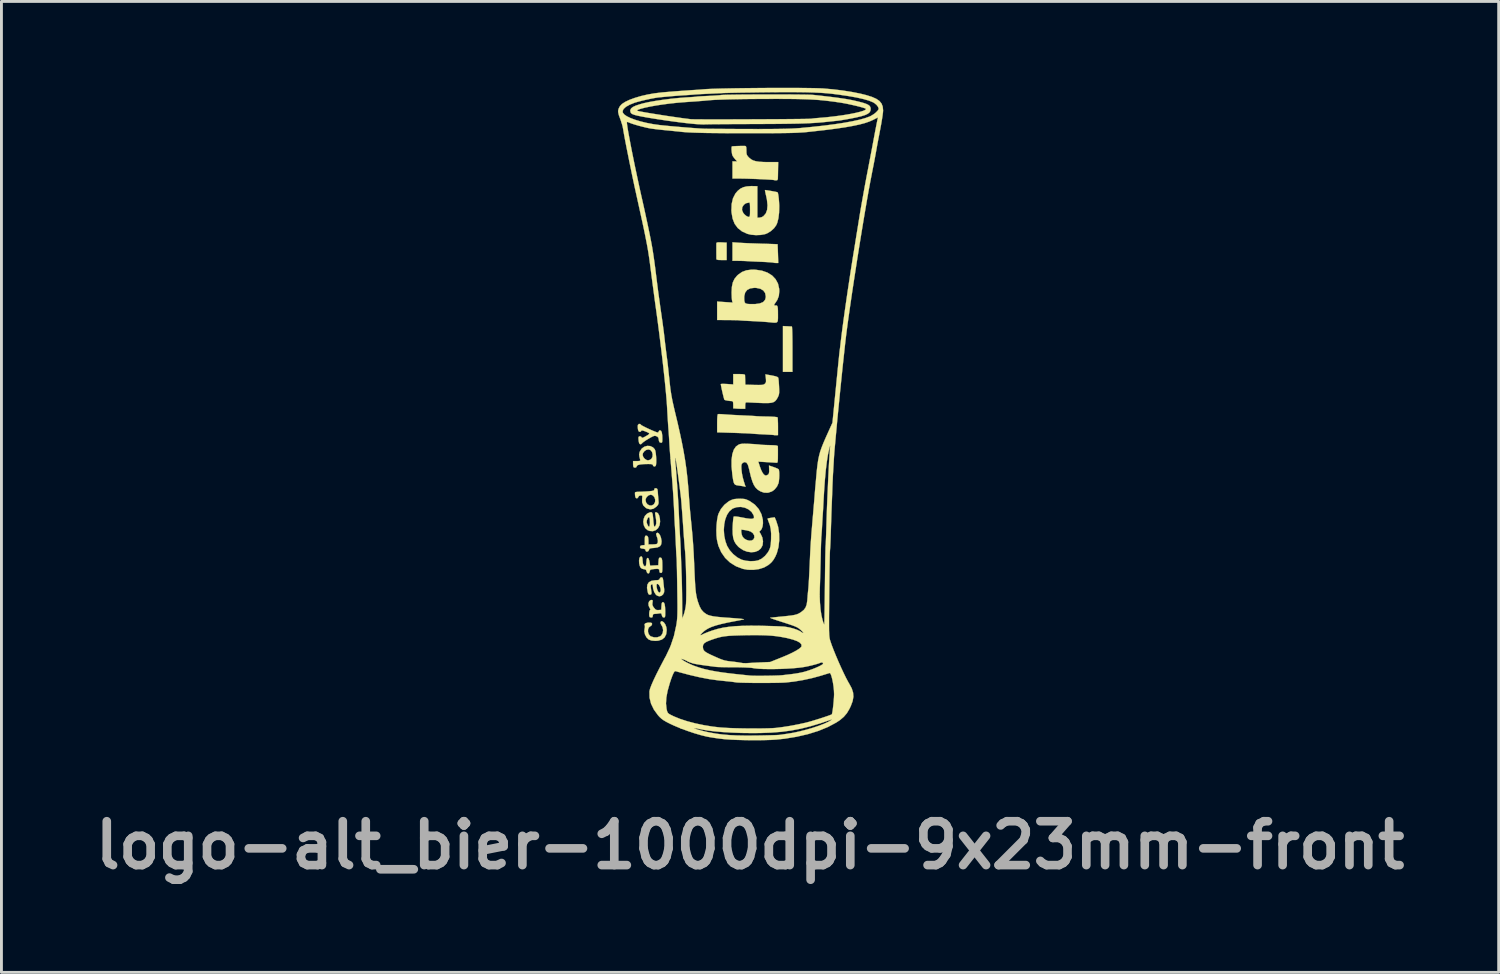
<source format=kicad_pcb>
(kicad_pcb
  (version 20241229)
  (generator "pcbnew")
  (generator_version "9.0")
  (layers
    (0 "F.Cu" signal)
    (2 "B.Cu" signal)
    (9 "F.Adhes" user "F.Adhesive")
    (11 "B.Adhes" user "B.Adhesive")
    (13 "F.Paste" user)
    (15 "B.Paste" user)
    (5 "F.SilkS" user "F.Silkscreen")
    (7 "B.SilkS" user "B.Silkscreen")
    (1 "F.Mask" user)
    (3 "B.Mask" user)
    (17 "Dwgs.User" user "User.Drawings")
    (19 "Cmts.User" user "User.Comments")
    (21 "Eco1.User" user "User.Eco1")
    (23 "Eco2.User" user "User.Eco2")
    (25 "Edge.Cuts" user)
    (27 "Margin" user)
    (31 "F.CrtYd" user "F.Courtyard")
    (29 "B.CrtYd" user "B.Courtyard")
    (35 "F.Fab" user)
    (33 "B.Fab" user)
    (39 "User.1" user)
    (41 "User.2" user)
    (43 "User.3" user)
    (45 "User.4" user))
  (footprint "logo-alt_bier-1000dpi-9x23mm-front"
    (layer "F.Cu")
    (at 23.012 11.32)
    (property "Reference" "logo-alt_bier-1000dpi-9x23mm-front" (at 0 15 0) (layer "F.Fab") (effects (font (size 1.524 1.524) (thickness 0.3))))
    (attr through_hole)
    (fp_poly (pts (xy 1.289 -3.033) (xy 1.372 -3.029) (xy 1.433 -3.026) (xy 1.454 -3.025) (xy 1.459 -3) (xy 1.463 -2.93) (xy 1.467 -2.822) (xy 1.47 -2.682) (xy 1.472 -2.515) (xy 1.473 -2.328) (xy 1.473 -2.235) (xy 1.473 -1.448) (xy 1.143 -1.448) (xy 1.143 -3.04) (xy 1.289 -3.033)) (stroke (width 0.01) (type solid)) (fill yes) (layer "F.SilkS"))
    (fp_poly (pts (xy -0.991 -5.948) (xy -0.813 -5.939) (xy -0.813 -5.334) (xy -0.991 -5.334) (xy -1.094 -5.337) (xy -1.152 -5.348) (xy -1.169 -5.366) (xy -1.17 -5.417) (xy -1.17 -5.5) (xy -1.171 -5.603) (xy -1.171 -5.71) (xy -1.171 -5.807) (xy -1.171 -5.882) (xy -1.17 -5.918) (xy -1.16 -5.938) (xy -1.125 -5.948) (xy -1.056 -5.95) (xy -0.991 -5.948)) (stroke (width 0.01) (type solid)) (fill yes) (layer "F.SilkS"))
    (fp_poly (pts (xy -0.375 -5.934) (xy -0.276 -5.929) (xy -0.138 -5.922) (xy 0.026 -5.915) (xy 0.204 -5.909) (xy 0.384 -5.903) (xy 0.406 -5.902) (xy 0.567 -5.898) (xy 0.709 -5.893) (xy 0.826 -5.889) (xy 0.909 -5.886) (xy 0.952 -5.884) (xy 0.956 -5.883) (xy 0.958 -5.858) (xy 0.961 -5.792) (xy 0.965 -5.694) (xy 0.969 -5.575) (xy 0.97 -5.556) (xy 0.98 -5.232) (xy 0.901 -5.232) (xy 0.842 -5.236) (xy 0.81 -5.244) (xy 0.809 -5.244) (xy 0.781 -5.249) (xy 0.711 -5.255) (xy 0.609 -5.262) (xy 0.484 -5.269) (xy 0.418 -5.272) (xy 0.272 -5.278) (xy 0.133 -5.284) (xy 0.015 -5.29) (xy -0.071 -5.295) (xy -0.089 -5.296) (xy -0.18 -5.301) (xy -0.297 -5.305) (xy -0.413 -5.307) (xy -0.61 -5.309) (xy -0.61 -5.951) (xy -0.375 -5.934)) (stroke (width 0.01) (type solid)) (fill yes) (layer "F.SilkS"))
    (fp_poly (pts (xy -3.055 7.218) (xy -2.998 7.253) (xy -2.947 7.323) (xy -2.91 7.417) (xy -2.896 7.518) (xy -2.896 7.523) (xy -2.914 7.668) (xy -2.97 7.778) (xy -3.063 7.853) (xy -3.192 7.892) (xy -3.289 7.899) (xy -3.419 7.888) (xy -3.514 7.855) (xy -3.521 7.851) (xy -3.597 7.779) (xy -3.65 7.678) (xy -3.674 7.569) (xy -3.665 7.482) (xy -3.653 7.415) (xy -3.658 7.366) (xy -3.659 7.363) (xy -3.666 7.318) (xy -3.629 7.284) (xy -3.554 7.266) (xy -3.515 7.264) (xy -3.445 7.268) (xy -3.412 7.282) (xy -3.404 7.314) (xy -3.404 7.316) (xy -3.427 7.366) (xy -3.465 7.391) (xy -3.519 7.435) (xy -3.545 7.506) (xy -3.545 7.589) (xy -3.519 7.669) (xy -3.467 7.73) (xy -3.446 7.743) (xy -3.337 7.776) (xy -3.225 7.775) (xy -3.126 7.741) (xy -3.085 7.71) (xy -3.036 7.628) (xy -3.02 7.527) (xy -3.039 7.424) (xy -3.076 7.356) (xy -3.109 7.294) (xy -3.111 7.244) (xy -3.082 7.218) (xy -3.055 7.218)) (stroke (width 0.01) (type solid)) (fill yes) (layer "F.SilkS"))
    (fp_poly (pts (xy -3.168 4.169) (xy -3.128 4.229) (xy -3.096 4.312) (xy -3.078 4.41) (xy -3.075 4.449) (xy -3.087 4.544) (xy -3.129 4.61) (xy -3.208 4.649) (xy -3.329 4.668) (xy -3.335 4.669) (xy -3.426 4.676) (xy -3.478 4.688) (xy -3.502 4.707) (xy -3.51 4.734) (xy -3.533 4.777) (xy -3.573 4.798) (xy -3.612 4.793) (xy -3.632 4.759) (xy -3.632 4.753) (xy -3.643 4.718) (xy -3.684 4.7) (xy -3.727 4.694) (xy -3.792 4.683) (xy -3.819 4.659) (xy -3.823 4.636) (xy -3.809 4.597) (xy -3.762 4.579) (xy -3.74 4.577) (xy -3.658 4.569) (xy -3.658 4.405) (xy -3.656 4.316) (xy -3.648 4.267) (xy -3.632 4.246) (xy -3.61 4.242) (xy -3.567 4.255) (xy -3.542 4.3) (xy -3.532 4.385) (xy -3.531 4.434) (xy -3.531 4.547) (xy -3.406 4.547) (xy -3.324 4.544) (xy -3.259 4.536) (xy -3.241 4.531) (xy -3.209 4.494) (xy -3.202 4.424) (xy -3.218 4.333) (xy -3.239 4.275) (xy -3.262 4.2) (xy -3.253 4.158) (xy -3.251 4.155) (xy -3.211 4.141) (xy -3.168 4.169)) (stroke (width 0.01) (type solid)) (fill yes) (layer "F.SilkS"))
    (fp_poly (pts (xy -3.403 3.446) (xy -3.383 3.503) (xy -3.371 3.601) (xy -3.364 3.683) (xy -3.355 3.79) (xy -3.343 3.874) (xy -3.332 3.926) (xy -3.325 3.937) (xy -3.298 3.917) (xy -3.275 3.882) (xy -3.259 3.819) (xy -3.261 3.717) (xy -3.28 3.574) (xy -3.292 3.509) (xy -3.3 3.453) (xy -3.287 3.432) (xy -3.249 3.433) (xy -3.199 3.465) (xy -3.16 3.538) (xy -3.134 3.646) (xy -3.126 3.754) (xy -3.144 3.881) (xy -3.197 3.982) (xy -3.278 4.053) (xy -3.377 4.087) (xy -3.488 4.079) (xy -3.562 4.05) (xy -3.642 3.98) (xy -3.69 3.883) (xy -3.709 3.772) (xy -3.705 3.737) (xy -3.593 3.737) (xy -3.59 3.792) (xy -3.57 3.848) (xy -3.535 3.916) (xy -3.508 3.934) (xy -3.49 3.902) (xy -3.481 3.822) (xy -3.48 3.773) (xy -3.485 3.668) (xy -3.5 3.609) (xy -3.522 3.596) (xy -3.552 3.632) (xy -3.57 3.668) (xy -3.593 3.737) (xy -3.705 3.737) (xy -3.696 3.66) (xy -3.654 3.558) (xy -3.581 3.482) (xy -3.557 3.468) (xy -3.485 3.434) (xy -3.435 3.425) (xy -3.403 3.446)) (stroke (width 0.01) (type solid)) (fill yes) (layer "F.SilkS"))
    (fp_poly (pts (xy -3.39 6.484) (xy -3.382 6.514) (xy -3.39 6.568) (xy -3.395 6.637) (xy -3.374 6.697) (xy -3.339 6.747) (xy -3.289 6.804) (xy -3.243 6.827) (xy -3.179 6.828) (xy -3.086 6.82) (xy -3.078 6.687) (xy -3.071 6.607) (xy -3.056 6.566) (xy -3.03 6.553) (xy -3.025 6.553) (xy -2.991 6.571) (xy -2.968 6.627) (xy -2.953 6.724) (xy -2.947 6.868) (xy -2.947 6.915) (xy -2.948 7.006) (xy -2.954 7.058) (xy -2.969 7.081) (xy -2.996 7.087) (xy -2.998 7.087) (xy -3.04 7.07) (xy -3.064 7.013) (xy -3.065 7.008) (xy -3.081 6.954) (xy -3.111 6.939) (xy -3.156 6.944) (xy -3.24 6.956) (xy -3.305 6.96) (xy -3.358 6.967) (xy -3.377 6.999) (xy -3.378 7.023) (xy -3.391 7.074) (xy -3.425 7.087) (xy -3.473 7.078) (xy -3.488 7.07) (xy -3.502 7.032) (xy -3.505 6.968) (xy -3.501 6.9) (xy -3.489 6.846) (xy -3.475 6.827) (xy -3.462 6.805) (xy -3.486 6.758) (xy -3.488 6.756) (xy -3.525 6.674) (xy -3.53 6.593) (xy -3.507 6.526) (xy -3.459 6.484) (xy -3.421 6.477) (xy -3.39 6.484)) (stroke (width 0.01) (type solid)) (fill yes) (layer "F.SilkS"))
    (fp_poly (pts (xy -1.005 0.02) (xy -0.91 0.027) (xy -0.884 0.029) (xy -0.784 0.036) (xy -0.649 0.045) (xy -0.493 0.053) (xy -0.332 0.061) (xy -0.27 0.064) (xy -0.125 0.071) (xy 0.008 0.077) (xy 0.117 0.083) (xy 0.192 0.088) (xy 0.216 0.091) (xy 0.27 0.094) (xy 0.363 0.098) (xy 0.48 0.102) (xy 0.611 0.104) (xy 0.617 0.104) (xy 0.74 0.108) (xy 0.844 0.114) (xy 0.919 0.122) (xy 0.955 0.131) (xy 0.956 0.133) (xy 0.962 0.166) (xy 0.966 0.239) (xy 0.97 0.341) (xy 0.971 0.453) (xy 0.971 0.749) (xy 0.905 0.752) (xy 0.853 0.751) (xy 0.832 0.747) (xy 0.805 0.743) (xy 0.737 0.738) (xy 0.637 0.732) (xy 0.514 0.725) (xy 0.469 0.723) (xy 0.335 0.716) (xy 0.214 0.709) (xy 0.119 0.703) (xy 0.06 0.698) (xy 0.052 0.697) (xy 0.009 0.693) (xy -0.077 0.689) (xy -0.196 0.683) (xy -0.342 0.678) (xy -0.505 0.672) (xy -0.577 0.67) (xy -1.143 0.652) (xy -1.143 0.341) (xy -1.141 0.192) (xy -1.134 0.088) (xy -1.123 0.031) (xy -1.115 0.02) (xy -1.078 0.018) (xy -1.005 0.02)) (stroke (width 0.01) (type solid)) (fill yes) (layer "F.SilkS"))
    (fp_poly (pts (xy -0.181 -9.299) (xy -0.171 -9.298) (xy -0.146 -9.289) (xy -0.133 -9.258) (xy -0.128 -9.193) (xy -0.127 -9.141) (xy -0.125 -9.052) (xy -0.112 -8.993) (xy -0.082 -8.944) (xy -0.032 -8.89) (xy 0.034 -8.836) (xy 0.11 -8.795) (xy 0.205 -8.767) (xy 0.328 -8.749) (xy 0.486 -8.74) (xy 0.655 -8.738) (xy 0.978 -8.738) (xy 0.973 -8.477) (xy 0.971 -8.361) (xy 0.969 -8.259) (xy 0.967 -8.186) (xy 0.967 -8.16) (xy 0.952 -8.114) (xy 0.906 -8.103) (xy 0.856 -8.107) (xy 0.836 -8.113) (xy 0.808 -8.118) (xy 0.737 -8.124) (xy 0.632 -8.131) (xy 0.501 -8.138) (xy 0.353 -8.145) (xy 0.197 -8.152) (xy 0.04 -8.157) (xy -0.11 -8.162) (xy -0.243 -8.165) (xy -0.349 -8.166) (xy -0.61 -8.166) (xy -0.61 -8.763) (xy -0.448 -8.763) (xy -0.513 -8.833) (xy -0.566 -8.897) (xy -0.607 -8.959) (xy -0.609 -8.963) (xy -0.625 -9.015) (xy -0.636 -9.09) (xy -0.643 -9.172) (xy -0.642 -9.242) (xy -0.634 -9.281) (xy -0.632 -9.282) (xy -0.605 -9.287) (xy -0.54 -9.291) (xy -0.451 -9.295) (xy -0.353 -9.298) (xy -0.258 -9.299) (xy -0.181 -9.299)) (stroke (width 0.01) (type solid)) (fill yes) (layer "F.SilkS"))
    (fp_poly (pts (xy -3.05 5.697) (xy -3.032 5.725) (xy -3.02 5.785) (xy -3.013 5.848) (xy -3.002 5.953) (xy -2.99 6.055) (xy -2.983 6.109) (xy -2.986 6.208) (xy -3.023 6.285) (xy -3.082 6.334) (xy -3.155 6.35) (xy -3.231 6.325) (xy -3.273 6.291) (xy -3.331 6.2) (xy -3.368 6.083) (xy -3.378 5.989) (xy -3.382 5.959) (xy -3.25 5.959) (xy -3.245 6.03) (xy -3.245 6.032) (xy -3.226 6.119) (xy -3.197 6.183) (xy -3.163 6.217) (xy -3.131 6.216) (xy -3.108 6.175) (xy -3.104 6.154) (xy -3.108 6.089) (xy -3.131 6.017) (xy -3.166 5.955) (xy -3.204 5.921) (xy -3.215 5.918) (xy -3.241 5.926) (xy -3.25 5.959) (xy -3.382 5.959) (xy -3.385 5.941) (xy -3.41 5.933) (xy -3.419 5.936) (xy -3.444 5.956) (xy -3.451 6) (xy -3.445 6.068) (xy -3.434 6.151) (xy -3.425 6.219) (xy -3.423 6.236) (xy -3.434 6.28) (xy -3.472 6.294) (xy -3.511 6.29) (xy -3.538 6.256) (xy -3.554 6.206) (xy -3.58 6.059) (xy -3.568 5.945) (xy -3.516 5.863) (xy -3.424 5.812) (xy -3.292 5.792) (xy -3.263 5.791) (xy -3.191 5.786) (xy -3.155 5.767) (xy -3.142 5.74) (xy -3.11 5.698) (xy -3.079 5.69) (xy -3.05 5.697)) (stroke (width 0.01) (type solid)) (fill yes) (layer "F.SilkS"))
    (fp_poly (pts (xy -3.757 4.974) (xy -3.738 5.031) (xy -3.734 5.096) (xy -3.724 5.203) (xy -3.697 5.276) (xy -3.655 5.308) (xy -3.645 5.309) (xy -3.622 5.292) (xy -3.608 5.236) (xy -3.602 5.163) (xy -3.593 5.075) (xy -3.579 5.029) (xy -3.556 5.016) (xy -3.527 5.038) (xy -3.504 5.106) (xy -3.495 5.151) (xy -3.472 5.286) (xy -3.33 5.278) (xy -3.188 5.271) (xy -3.18 5.137) (xy -3.172 5.057) (xy -3.158 5.017) (xy -3.132 5.004) (xy -3.126 5.004) (xy -3.092 5.011) (xy -3.07 5.037) (xy -3.056 5.091) (xy -3.05 5.18) (xy -3.048 5.311) (xy -3.049 5.419) (xy -3.053 5.486) (xy -3.062 5.521) (xy -3.079 5.535) (xy -3.099 5.537) (xy -3.139 5.522) (xy -3.15 5.475) (xy -3.154 5.428) (xy -3.175 5.403) (xy -3.224 5.395) (xy -3.309 5.4) (xy -3.334 5.402) (xy -3.416 5.413) (xy -3.46 5.428) (xy -3.479 5.453) (xy -3.485 5.483) (xy -3.506 5.542) (xy -3.542 5.558) (xy -3.577 5.531) (xy -3.594 5.488) (xy -3.615 5.432) (xy -3.654 5.412) (xy -3.681 5.41) (xy -3.751 5.392) (xy -3.798 5.359) (xy -3.831 5.295) (xy -3.852 5.205) (xy -3.857 5.109) (xy -3.845 5.027) (xy -3.829 4.994) (xy -3.788 4.96) (xy -3.757 4.974)) (stroke (width 0.01) (type solid)) (fill yes) (layer "F.SilkS"))
    (fp_poly (pts (xy -3.47 1.129) (xy -3.375 1.173) (xy -3.311 1.241) (xy -3.291 1.295) (xy -3.276 1.382) (xy -3.265 1.488) (xy -3.259 1.599) (xy -3.26 1.701) (xy -3.267 1.78) (xy -3.281 1.821) (xy -3.321 1.84) (xy -3.362 1.824) (xy -3.378 1.788) (xy -3.392 1.768) (xy -3.44 1.756) (xy -3.529 1.753) (xy -3.54 1.753) (xy -3.71 1.757) (xy -3.831 1.77) (xy -3.906 1.793) (xy -3.936 1.825) (xy -3.937 1.832) (xy -3.957 1.868) (xy -4.001 1.881) (xy -4.046 1.864) (xy -4.047 1.863) (xy -4.058 1.828) (xy -4.064 1.765) (xy -4.064 1.748) (xy -4.064 1.651) (xy -3.934 1.651) (xy -3.858 1.649) (xy -3.822 1.641) (xy -3.815 1.619) (xy -3.82 1.594) (xy -3.846 1.49) (xy -3.851 1.435) (xy -3.734 1.435) (xy -3.712 1.508) (xy -3.657 1.575) (xy -3.586 1.618) (xy -3.544 1.626) (xy -3.478 1.608) (xy -3.429 1.575) (xy -3.39 1.503) (xy -3.384 1.414) (xy -3.409 1.329) (xy -3.464 1.265) (xy -3.465 1.264) (xy -3.533 1.246) (xy -3.608 1.264) (xy -3.675 1.311) (xy -3.722 1.378) (xy -3.734 1.435) (xy -3.851 1.435) (xy -3.852 1.415) (xy -3.84 1.349) (xy -3.826 1.313) (xy -3.763 1.217) (xy -3.675 1.153) (xy -3.573 1.123) (xy -3.47 1.129)) (stroke (width 0.01) (type solid)) (fill yes) (layer "F.SilkS"))
    (fp_poly (pts (xy -3.235 2.607) (xy -3.216 2.639) (xy -3.207 2.705) (xy -3.205 2.731) (xy -3.198 2.833) (xy -3.188 2.95) (xy -3.184 3.004) (xy -3.178 3.088) (xy -3.185 3.143) (xy -3.21 3.187) (xy -3.259 3.239) (xy -3.359 3.308) (xy -3.468 3.328) (xy -3.582 3.299) (xy -3.623 3.275) (xy -3.708 3.194) (xy -3.75 3.085) (xy -3.75 3.004) (xy -3.632 3.004) (xy -3.613 3.09) (xy -3.562 3.155) (xy -3.494 3.192) (xy -3.418 3.195) (xy -3.349 3.158) (xy -3.339 3.148) (xy -3.3 3.075) (xy -3.296 2.991) (xy -3.321 2.911) (xy -3.37 2.85) (xy -3.439 2.82) (xy -3.454 2.819) (xy -3.527 2.842) (xy -3.59 2.898) (xy -3.628 2.971) (xy -3.632 3.004) (xy -3.75 3.004) (xy -3.75 2.958) (xy -3.743 2.889) (xy -3.749 2.856) (xy -3.776 2.845) (xy -3.8 2.845) (xy -3.859 2.862) (xy -3.879 2.896) (xy -3.909 2.937) (xy -3.937 2.946) (xy -3.971 2.93) (xy -3.99 2.876) (xy -3.994 2.851) (xy -3.999 2.784) (xy -3.997 2.741) (xy -3.995 2.737) (xy -3.966 2.726) (xy -3.902 2.719) (xy -3.85 2.718) (xy -3.755 2.715) (xy -3.635 2.709) (xy -3.522 2.701) (xy -3.422 2.691) (xy -3.364 2.68) (xy -3.335 2.664) (xy -3.327 2.64) (xy -3.327 2.636) (xy -3.314 2.599) (xy -3.27 2.595) (xy -3.235 2.607)) (stroke (width 0.01) (type solid)) (fill yes) (layer "F.SilkS"))
    (fp_poly (pts (xy -3.817 0.364) (xy -3.792 0.39) (xy -3.763 0.412) (xy -3.698 0.447) (xy -3.61 0.491) (xy -3.508 0.539) (xy -3.405 0.585) (xy -3.312 0.624) (xy -3.24 0.651) (xy -3.202 0.66) (xy -3.178 0.64) (xy -3.175 0.622) (xy -3.154 0.591) (xy -3.127 0.584) (xy -3.09 0.603) (xy -3.065 0.661) (xy -3.051 0.763) (xy -3.048 0.881) (xy -3.05 0.96) (xy -3.058 1.001) (xy -3.078 1.013) (xy -3.105 1.011) (xy -3.146 0.995) (xy -3.165 0.95) (xy -3.17 0.911) (xy -3.184 0.842) (xy -3.221 0.802) (xy -3.252 0.787) (xy -3.29 0.775) (xy -3.328 0.775) (xy -3.376 0.792) (xy -3.447 0.828) (xy -3.532 0.877) (xy -3.624 0.933) (xy -3.697 0.984) (xy -3.743 1.021) (xy -3.751 1.032) (xy -3.785 1.062) (xy -3.809 1.067) (xy -3.84 1.053) (xy -3.86 1.005) (xy -3.87 0.95) (xy -3.877 0.875) (xy -3.875 0.822) (xy -3.872 0.81) (xy -3.834 0.788) (xy -3.79 0.799) (xy -3.769 0.825) (xy -3.753 0.843) (xy -3.72 0.838) (xy -3.658 0.808) (xy -3.636 0.795) (xy -3.551 0.746) (xy -3.508 0.712) (xy -3.504 0.687) (xy -3.539 0.663) (xy -3.595 0.637) (xy -3.696 0.598) (xy -3.758 0.586) (xy -3.784 0.602) (xy -3.785 0.61) (xy -3.806 0.631) (xy -3.832 0.635) (xy -3.867 0.621) (xy -3.889 0.571) (xy -3.896 0.535) (xy -3.902 0.461) (xy -3.898 0.403) (xy -3.896 0.396) (xy -3.862 0.36) (xy -3.817 0.364)) (stroke (width 0.01) (type solid)) (fill yes) (layer "F.SilkS"))
    (fp_poly (pts (xy -0.269 -1.369) (xy -0.202 -1.36) (xy -0.176 -1.343) (xy -0.175 -1.34) (xy -0.173 -1.299) (xy -0.171 -1.225) (xy -0.169 -1.156) (xy -0.165 -1.003) (xy 0.148 -0.995) (xy 0.283 -0.993) (xy 0.376 -0.994) (xy 0.439 -0.999) (xy 0.479 -1.011) (xy 0.508 -1.029) (xy 0.513 -1.033) (xy 0.543 -1.068) (xy 0.555 -1.114) (xy 0.553 -1.186) (xy 0.55 -1.221) (xy 0.535 -1.362) (xy 0.749 -1.324) (xy 0.874 -1.298) (xy 0.95 -1.272) (xy 0.979 -1.247) (xy 0.987 -1.206) (xy 0.996 -1.126) (xy 1.003 -1.022) (xy 1.008 -0.94) (xy 1.012 -0.816) (xy 1.012 -0.73) (xy 1.004 -0.667) (xy 0.987 -0.614) (xy 0.961 -0.559) (xy 0.918 -0.486) (xy 0.871 -0.432) (xy 0.812 -0.395) (xy 0.733 -0.374) (xy 0.626 -0.364) (xy 0.482 -0.364) (xy 0.343 -0.369) (xy 0.204 -0.375) (xy 0.079 -0.381) (xy -0.022 -0.386) (xy -0.087 -0.389) (xy -0.102 -0.39) (xy -0.141 -0.388) (xy -0.16 -0.366) (xy -0.167 -0.312) (xy -0.168 -0.279) (xy -0.17 -0.165) (xy -0.269 -0.165) (xy -0.363 -0.167) (xy -0.464 -0.172) (xy -0.476 -0.173) (xy -0.584 -0.181) (xy -0.584 -0.306) (xy -0.588 -0.383) (xy -0.6 -0.421) (xy -0.627 -0.433) (xy -0.629 -0.433) (xy -0.703 -0.438) (xy -0.783 -0.449) (xy -0.851 -0.463) (xy -0.889 -0.477) (xy -0.891 -0.479) (xy -0.901 -0.508) (xy -0.919 -0.573) (xy -0.941 -0.663) (xy -0.965 -0.765) (xy -0.987 -0.864) (xy -1.004 -0.95) (xy -1.015 -1.008) (xy -1.016 -1.023) (xy -0.993 -1.03) (xy -0.93 -1.032) (xy -0.841 -1.029) (xy -0.8 -1.027) (xy -0.584 -1.011) (xy -0.584 -1.372) (xy -0.381 -1.372) (xy -0.269 -1.369)) (stroke (width 0.01) (type solid)) (fill yes) (layer "F.SilkS"))
    (fp_poly (pts (xy 0.171 -7.902) (xy 0.254 -7.899) (xy 0.254 -6.807) (xy 0.327 -6.807) (xy 0.4 -6.823) (xy 0.463 -6.857) (xy 0.546 -6.951) (xy 0.593 -7.077) (xy 0.607 -7.237) (xy 0.587 -7.432) (xy 0.561 -7.556) (xy 0.539 -7.65) (xy 0.524 -7.723) (xy 0.518 -7.762) (xy 0.518 -7.766) (xy 0.544 -7.764) (xy 0.606 -7.756) (xy 0.689 -7.742) (xy 0.78 -7.726) (xy 0.864 -7.71) (xy 0.927 -7.697) (xy 0.956 -7.688) (xy 0.956 -7.688) (xy 0.971 -7.651) (xy 0.985 -7.573) (xy 0.998 -7.468) (xy 1.008 -7.346) (xy 1.014 -7.219) (xy 1.014 -7.203) (xy 1.009 -6.984) (xy 0.986 -6.79) (xy 0.946 -6.629) (xy 0.913 -6.551) (xy 0.834 -6.44) (xy 0.722 -6.339) (xy 0.594 -6.262) (xy 0.524 -6.235) (xy 0.375 -6.207) (xy 0.206 -6.2) (xy 0.039 -6.214) (xy -0.094 -6.245) (xy -0.28 -6.33) (xy -0.426 -6.446) (xy -0.535 -6.593) (xy -0.606 -6.774) (xy -0.643 -6.99) (xy -0.646 -7.049) (xy -0.646 -7.072) (xy -0.279 -7.072) (xy -0.239 -6.975) (xy -0.193 -6.919) (xy -0.131 -6.867) (xy -0.073 -6.837) (xy -0.053 -6.833) (xy -0.029 -6.836) (xy -0.014 -6.851) (xy -0.005 -6.887) (xy -0.001 -6.953) (xy -0.000019 -7.059) (xy 0 -7.089) (xy -0.001 -7.206) (xy -0.005 -7.28) (xy -0.012 -7.32) (xy -0.025 -7.333) (xy -0.04 -7.331) (xy -0.098 -7.317) (xy -0.118 -7.315) (xy -0.16 -7.298) (xy -0.212 -7.257) (xy -0.217 -7.253) (xy -0.272 -7.167) (xy -0.279 -7.072) (xy -0.646 -7.072) (xy -0.639 -7.281) (xy -0.593 -7.479) (xy -0.509 -7.644) (xy -0.428 -7.739) (xy -0.336 -7.814) (xy -0.234 -7.864) (xy -0.113 -7.893) (xy 0.039 -7.904) (xy 0.171 -7.902)) (stroke (width 0.01) (type solid)) (fill yes) (layer "F.SilkS"))
    (fp_poly (pts (xy 0.188 -4.998) (xy 0.411 -4.965) (xy 0.604 -4.898) (xy 0.764 -4.799) (xy 0.887 -4.67) (xy 0.971 -4.515) (xy 1.012 -4.335) (xy 1.016 -4.254) (xy 1.001 -4.092) (xy 0.95 -3.954) (xy 0.885 -3.854) (xy 0.843 -3.794) (xy 0.839 -3.762) (xy 0.874 -3.754) (xy 0.906 -3.757) (xy 0.934 -3.752) (xy 0.952 -3.725) (xy 0.964 -3.668) (xy 0.969 -3.575) (xy 0.97 -3.439) (xy 0.97 -3.432) (xy 0.97 -3.313) (xy 0.965 -3.232) (xy 0.948 -3.184) (xy 0.911 -3.161) (xy 0.844 -3.157) (xy 0.74 -3.166) (xy 0.648 -3.176) (xy 0.547 -3.184) (xy 0.411 -3.194) (xy 0.256 -3.203) (xy 0.098 -3.212) (xy 0.051 -3.214) (xy -0.088 -3.221) (xy -0.21 -3.227) (xy -0.306 -3.233) (xy -0.367 -3.238) (xy -0.381 -3.24) (xy -0.419 -3.243) (xy -0.498 -3.245) (xy -0.607 -3.247) (xy -0.735 -3.249) (xy -0.781 -3.249) (xy -1.143 -3.251) (xy -1.143 -3.892) (xy -0.605 -3.856) (xy -0.622 -3.912) (xy -0.63 -3.962) (xy -0.635 -4.034) (xy -0.203 -4.034) (xy -0.2 -3.927) (xy -0.185 -3.862) (xy -0.152 -3.826) (xy -0.09 -3.81) (xy -0.016 -3.805) (xy 0.183 -3.805) (xy 0.336 -3.826) (xy 0.444 -3.869) (xy 0.48 -3.898) (xy 0.527 -3.961) (xy 0.545 -4.038) (xy 0.546 -4.075) (xy 0.524 -4.189) (xy 0.46 -4.277) (xy 0.357 -4.337) (xy 0.218 -4.366) (xy 0.152 -4.369) (xy 0.009 -4.351) (xy -0.098 -4.297) (xy -0.168 -4.209) (xy -0.2 -4.087) (xy -0.203 -4.034) (xy -0.635 -4.034) (xy -0.636 -4.047) (xy -0.64 -4.155) (xy -0.641 -4.214) (xy -0.631 -4.403) (xy -0.599 -4.555) (xy -0.54 -4.681) (xy -0.451 -4.79) (xy -0.411 -4.827) (xy -0.279 -4.92) (xy -0.128 -4.977) (xy 0.05 -5) (xy 0.188 -4.998)) (stroke (width 0.01) (type solid)) (fill yes) (layer "F.SilkS"))
    (fp_poly (pts (xy -0.073 1.05) (xy 0.023 1.055) (xy 0.146 1.062) (xy 0.249 1.07) (xy 0.323 1.076) (xy 0.357 1.081) (xy 0.358 1.081) (xy 0.387 1.085) (xy 0.457 1.089) (xy 0.557 1.093) (xy 0.669 1.096) (xy 0.798 1.1) (xy 0.885 1.105) (xy 0.936 1.114) (xy 0.961 1.127) (xy 0.967 1.142) (xy 0.967 1.183) (xy 0.968 1.262) (xy 0.968 1.366) (xy 0.968 1.448) (xy 0.967 1.567) (xy 0.963 1.644) (xy 0.956 1.688) (xy 0.943 1.707) (xy 0.923 1.71) (xy 0.923 1.71) (xy 0.88 1.707) (xy 0.799 1.701) (xy 0.692 1.695) (xy 0.582 1.688) (xy 0.286 1.67) (xy 0.347 1.857) (xy 0.385 1.957) (xy 0.428 2.045) (xy 0.467 2.103) (xy 0.47 2.106) (xy 0.518 2.147) (xy 0.558 2.152) (xy 0.596 2.139) (xy 0.635 2.114) (xy 0.656 2.077) (xy 0.665 2.015) (xy 0.663 1.915) (xy 0.663 1.9) (xy 0.658 1.806) (xy 0.818 1.859) (xy 0.903 1.891) (xy 0.967 1.92) (xy 0.997 1.941) (xy 1.008 1.985) (xy 1.014 2.064) (xy 1.015 2.163) (xy 1.01 2.267) (xy 1.001 2.36) (xy 0.989 2.419) (xy 0.937 2.534) (xy 0.853 2.637) (xy 0.761 2.705) (xy 0.624 2.752) (xy 0.486 2.748) (xy 0.362 2.704) (xy 0.272 2.649) (xy 0.197 2.578) (xy 0.135 2.485) (xy 0.082 2.362) (xy 0.032 2.202) (xy -0.012 2.019) (xy -0.036 1.919) (xy -0.06 1.83) (xy -0.079 1.772) (xy -0.125 1.707) (xy -0.185 1.685) (xy -0.25 1.711) (xy -0.259 1.719) (xy -0.285 1.748) (xy -0.299 1.786) (xy -0.303 1.846) (xy -0.299 1.94) (xy -0.297 1.956) (xy -0.282 2.08) (xy -0.254 2.22) (xy -0.22 2.345) (xy -0.156 2.545) (xy -0.212 2.531) (xy -0.268 2.52) (xy -0.352 2.507) (xy -0.402 2.5) (xy -0.467 2.49) (xy -0.513 2.473) (xy -0.546 2.442) (xy -0.569 2.389) (xy -0.588 2.305) (xy -0.607 2.183) (xy -0.616 2.115) (xy -0.642 1.842) (xy -0.642 1.607) (xy -0.616 1.412) (xy -0.565 1.257) (xy -0.489 1.145) (xy -0.389 1.076) (xy -0.338 1.059) (xy -0.275 1.05) (xy -0.191 1.047) (xy -0.073 1.05)) (stroke (width 0.01) (type solid)) (fill yes) (layer "F.SilkS"))
    (fp_poly (pts (xy -0.259 2.962) (xy -0.18 2.971) (xy -0.11 2.994) (xy -0.027 3.034) (xy -0.004 3.046) (xy 0.168 3.167) (xy 0.303 3.32) (xy 0.397 3.501) (xy 0.445 3.696) (xy 0.449 3.811) (xy 0.435 3.92) (xy 0.404 4.01) (xy 0.361 4.066) (xy 0.358 4.068) (xy 0.331 4.09) (xy 0.329 4.115) (xy 0.355 4.16) (xy 0.37 4.184) (xy 0.426 4.304) (xy 0.45 4.438) (xy 0.437 4.567) (xy 0.432 4.583) (xy 0.373 4.689) (xy 0.282 4.764) (xy 0.167 4.808) (xy 0.036 4.819) (xy -0.104 4.798) (xy -0.242 4.744) (xy -0.372 4.657) (xy -0.41 4.624) (xy -0.49 4.533) (xy -0.548 4.435) (xy -0.585 4.319) (xy -0.603 4.178) (xy -0.604 4.113) (xy -0.305 4.113) (xy -0.292 4.195) (xy -0.265 4.27) (xy -0.208 4.34) (xy -0.126 4.389) (xy -0.035 4.415) (xy 0.051 4.412) (xy 0.112 4.38) (xy 0.15 4.312) (xy 0.145 4.234) (xy 0.102 4.16) (xy 0.029 4.104) (xy -0.04 4.078) (xy -0.131 4.056) (xy -0.174 4.049) (xy -0.305 4.032) (xy -0.305 4.113) (xy -0.604 4.113) (xy -0.606 4.001) (xy -0.603 3.903) (xy -0.595 3.783) (xy -0.586 3.682) (xy -0.576 3.61) (xy -0.567 3.579) (xy -0.534 3.575) (xy -0.462 3.58) (xy -0.362 3.595) (xy -0.291 3.609) (xy -0.127 3.64) (xy -0.006 3.656) (xy 0.075 3.657) (xy 0.122 3.641) (xy 0.139 3.608) (xy 0.131 3.557) (xy 0.123 3.533) (xy 0.055 3.42) (xy -0.049 3.332) (xy -0.176 3.272) (xy -0.317 3.244) (xy -0.461 3.252) (xy -0.597 3.297) (xy -0.609 3.304) (xy -0.715 3.391) (xy -0.799 3.516) (xy -0.861 3.672) (xy -0.898 3.85) (xy -0.911 4.042) (xy -0.898 4.239) (xy -0.857 4.435) (xy -0.797 4.6) (xy -0.709 4.746) (xy -0.586 4.884) (xy -0.443 4.999) (xy -0.294 5.077) (xy -0.292 5.078) (xy -0.145 5.115) (xy 0.021 5.13) (xy 0.183 5.122) (xy 0.283 5.101) (xy 0.404 5.043) (xy 0.521 4.946) (xy 0.619 4.825) (xy 0.653 4.766) (xy 0.685 4.696) (xy 0.706 4.626) (xy 0.72 4.541) (xy 0.728 4.427) (xy 0.731 4.363) (xy 0.733 4.171) (xy 0.72 4.013) (xy 0.688 3.873) (xy 0.643 3.753) (xy 0.62 3.691) (xy 0.611 3.653) (xy 0.612 3.648) (xy 0.641 3.639) (xy 0.703 3.627) (xy 0.739 3.622) (xy 0.856 3.605) (xy 0.908 3.726) (xy 0.975 3.936) (xy 1.01 4.167) (xy 1.014 4.405) (xy 0.988 4.637) (xy 0.931 4.85) (xy 0.877 4.973) (xy 0.813 5.083) (xy 0.748 5.165) (xy 0.662 5.242) (xy 0.629 5.267) (xy 0.485 5.349) (xy 0.31 5.404) (xy 0.117 5.43) (xy -0.08 5.427) (xy -0.247 5.397) (xy -0.484 5.308) (xy -0.691 5.18) (xy -0.865 5.015) (xy -1.002 4.818) (xy -1.101 4.592) (xy -1.149 4.391) (xy -1.166 4.233) (xy -1.171 4.055) (xy -1.163 3.871) (xy -1.145 3.698) (xy -1.117 3.551) (xy -1.094 3.476) (xy -1.01 3.314) (xy -0.89 3.169) (xy -0.748 3.056) (xy -0.702 3.029) (xy -0.621 2.992) (xy -0.543 2.971) (xy -0.447 2.962) (xy -0.368 2.96) (xy -0.259 2.962)) (stroke (width 0.01) (type solid)) (fill yes) (layer "F.SilkS"))
    (fp_poly (pts (xy 1.05 -11.088) (xy 1.288 -11.087) (xy 1.511 -11.086) (xy 1.712 -11.084) (xy 1.887 -11.082) (xy 2.03 -11.079) (xy 2.135 -11.076) (xy 2.197 -11.072) (xy 2.55 -11.033) (xy 2.855 -10.997) (xy 3.113 -10.963) (xy 3.327 -10.931) (xy 3.498 -10.9) (xy 3.581 -10.883) (xy 3.774 -10.838) (xy 3.922 -10.799) (xy 4.031 -10.763) (xy 4.107 -10.727) (xy 4.155 -10.69) (xy 4.181 -10.647) (xy 4.191 -10.597) (xy 4.191 -10.579) (xy 4.181 -10.516) (xy 4.149 -10.462) (xy 4.088 -10.415) (xy 3.995 -10.372) (xy 3.864 -10.331) (xy 3.691 -10.29) (xy 3.564 -10.264) (xy 3.417 -10.236) (xy 3.275 -10.211) (xy 3.149 -10.19) (xy 3.056 -10.177) (xy 3.035 -10.175) (xy 2.938 -10.165) (xy 2.813 -10.152) (xy 2.682 -10.138) (xy 2.642 -10.134) (xy 2.506 -10.12) (xy 2.367 -10.108) (xy 2.218 -10.098) (xy 2.056 -10.089) (xy 1.876 -10.082) (xy 1.673 -10.076) (xy 1.443 -10.072) (xy 1.181 -10.068) (xy 0.882 -10.065) (xy 0.543 -10.063) (xy 0.158 -10.061) (xy 0.091 -10.061) (xy -0.19 -10.06) (xy -0.458 -10.059) (xy -0.707 -10.058) (xy -0.932 -10.057) (xy -1.13 -10.055) (xy -1.296 -10.054) (xy -1.426 -10.052) (xy -1.514 -10.05) (xy -1.557 -10.049) (xy -1.56 -10.048) (xy -1.606 -10.046) (xy -1.69 -10.049) (xy -1.799 -10.054) (xy -1.892 -10.06) (xy -2.054 -10.075) (xy -2.245 -10.096) (xy -2.458 -10.122) (xy -2.685 -10.152) (xy -2.917 -10.184) (xy -3.148 -10.219) (xy -3.369 -10.253) (xy -3.572 -10.287) (xy -3.749 -10.319) (xy -3.893 -10.348) (xy -3.995 -10.373) (xy -4.007 -10.376) (xy -4.089 -10.406) (xy -4.134 -10.437) (xy -4.156 -10.48) (xy -4.156 -10.482) (xy -4.159 -10.53) (xy -3.928 -10.53) (xy -3.896 -10.515) (xy -3.851 -10.503) (xy -3.762 -10.486) (xy -3.637 -10.463) (xy -3.483 -10.437) (xy -3.309 -10.409) (xy -3.12 -10.379) (xy -2.924 -10.348) (xy -2.729 -10.319) (xy -2.541 -10.292) (xy -2.368 -10.267) (xy -2.217 -10.247) (xy -2.096 -10.232) (xy -2.045 -10.227) (xy -1.999 -10.225) (xy -1.908 -10.224) (xy -1.776 -10.223) (xy -1.609 -10.222) (xy -1.411 -10.221) (xy -1.186 -10.221) (xy -0.94 -10.221) (xy -0.677 -10.222) (xy -0.402 -10.223) (xy -0.12 -10.224) (xy 0.165 -10.225) (xy 0.448 -10.226) (xy 0.723 -10.228) (xy 0.988 -10.229) (xy 1.236 -10.231) (xy 1.462 -10.233) (xy 1.663 -10.235) (xy 1.834 -10.237) (xy 1.969 -10.239) (xy 2.065 -10.241) (xy 2.115 -10.244) (xy 2.121 -10.244) (xy 2.183 -10.253) (xy 2.277 -10.263) (xy 2.384 -10.272) (xy 2.4 -10.273) (xy 2.642 -10.294) (xy 2.879 -10.32) (xy 3.106 -10.349) (xy 3.319 -10.381) (xy 3.513 -10.415) (xy 3.683 -10.45) (xy 3.825 -10.485) (xy 3.932 -10.518) (xy 4.002 -10.55) (xy 4.028 -10.578) (xy 4.022 -10.593) (xy 3.986 -10.61) (xy 3.91 -10.634) (xy 3.802 -10.664) (xy 3.674 -10.696) (xy 3.534 -10.728) (xy 3.391 -10.759) (xy 3.256 -10.785) (xy 3.138 -10.805) (xy 3.137 -10.805) (xy 2.933 -10.835) (xy 2.745 -10.859) (xy 2.567 -10.879) (xy 2.391 -10.896) (xy 2.211 -10.908) (xy 2.018 -10.918) (xy 1.806 -10.925) (xy 1.568 -10.93) (xy 1.296 -10.933) (xy 0.983 -10.934) (xy 0.838 -10.934) (xy 0.475 -10.933) (xy 0.128 -10.931) (xy -0.198 -10.928) (xy -0.5 -10.923) (xy -0.772 -10.917) (xy -1.01 -10.909) (xy -1.211 -10.901) (xy -1.368 -10.891) (xy -1.46 -10.883) (xy -1.535 -10.876) (xy -1.63 -10.867) (xy -1.751 -10.858) (xy -1.904 -10.846) (xy -2.097 -10.833) (xy -2.286 -10.82) (xy -2.527 -10.8) (xy -2.774 -10.774) (xy -3.018 -10.742) (xy -3.251 -10.707) (xy -3.464 -10.669) (xy -3.649 -10.63) (xy -3.798 -10.591) (xy -3.874 -10.565) (xy -3.923 -10.544) (xy -3.928 -10.53) (xy -4.159 -10.53) (xy -4.16 -10.547) (xy -4.132 -10.603) (xy -4.069 -10.653) (xy -3.967 -10.701) (xy -3.821 -10.749) (xy -3.696 -10.783) (xy -3.509 -10.824) (xy -3.283 -10.864) (xy -3.03 -10.902) (xy -2.763 -10.936) (xy -2.493 -10.964) (xy -2.233 -10.984) (xy -2.172 -10.988) (xy -2.053 -10.995) (xy -1.953 -11.002) (xy -1.883 -11.008) (xy -1.854 -11.012) (xy -1.854 -11.012) (xy -1.825 -11.016) (xy -1.755 -11.021) (xy -1.652 -11.027) (xy -1.526 -11.033) (xy -1.46 -11.036) (xy -1.321 -11.043) (xy -1.196 -11.051) (xy -1.095 -11.058) (xy -1.03 -11.064) (xy -1.016 -11.067) (xy -0.972 -11.071) (xy -0.882 -11.074) (xy -0.752 -11.078) (xy -0.589 -11.08) (xy -0.396 -11.083) (xy -0.181 -11.085) (xy 0.052 -11.086) (xy 0.297 -11.088) (xy 0.549 -11.088) (xy 0.802 -11.088) (xy 1.05 -11.088)) (stroke (width 0.01) (type solid)) (fill yes) (layer "F.SilkS"))
    (fp_poly (pts (xy 1.548 -11.314) (xy 1.805 -11.313) (xy 2.037 -11.31) (xy 2.237 -11.307) (xy 2.402 -11.302) (xy 2.525 -11.297) (xy 2.54 -11.296) (xy 2.881 -11.266) (xy 3.219 -11.225) (xy 3.542 -11.174) (xy 3.837 -11.115) (xy 4.041 -11.064) (xy 4.238 -11.002) (xy 4.388 -10.935) (xy 4.498 -10.859) (xy 4.57 -10.769) (xy 4.61 -10.662) (xy 4.623 -10.533) (xy 4.623 -10.531) (xy 4.618 -10.463) (xy 4.604 -10.355) (xy 4.583 -10.218) (xy 4.557 -10.062) (xy 4.526 -9.897) (xy 4.522 -9.876) (xy 4.489 -9.701) (xy 4.455 -9.525) (xy 4.424 -9.361) (xy 4.399 -9.221) (xy 4.381 -9.119) (xy 4.381 -9.119) (xy 4.363 -9.02) (xy 4.338 -8.884) (xy 4.307 -8.721) (xy 4.272 -8.542) (xy 4.236 -8.36) (xy 4.226 -8.306) (xy 4.178 -8.059) (xy 4.124 -7.768) (xy 4.066 -7.44) (xy 4.004 -7.079) (xy 3.939 -6.693) (xy 3.872 -6.287) (xy 3.804 -5.869) (xy 3.736 -5.443) (xy 3.67 -5.017) (xy 3.605 -4.596) (xy 3.543 -4.186) (xy 3.486 -3.795) (xy 3.433 -3.427) (xy 3.386 -3.089) (xy 3.347 -2.788) (xy 3.341 -2.743) (xy 3.323 -2.594) (xy 3.301 -2.402) (xy 3.276 -2.172) (xy 3.248 -1.911) (xy 3.217 -1.627) (xy 3.186 -1.326) (xy 3.154 -1.014) (xy 3.122 -0.698) (xy 3.091 -0.385) (xy 3.061 -0.082) (xy 3.033 0.205) (xy 3.009 0.468) (xy 2.998 0.584) (xy 2.982 0.758) (xy 2.967 0.922) (xy 2.954 1.067) (xy 2.943 1.184) (xy 2.936 1.264) (xy 2.934 1.283) (xy 2.927 1.367) (xy 2.919 1.482) (xy 2.911 1.607) (xy 2.909 1.651) (xy 2.901 1.786) (xy 2.892 1.93) (xy 2.885 2.057) (xy 2.883 2.083) (xy 2.878 2.18) (xy 2.872 2.312) (xy 2.865 2.463) (xy 2.859 2.618) (xy 2.858 2.654) (xy 2.852 2.823) (xy 2.845 3.005) (xy 2.838 3.182) (xy 2.832 3.33) (xy 2.832 3.34) (xy 2.827 3.467) (xy 2.822 3.629) (xy 2.816 3.813) (xy 2.81 4.001) (xy 2.805 4.153) (xy 2.8 4.315) (xy 2.794 4.464) (xy 2.788 4.593) (xy 2.782 4.69) (xy 2.778 4.747) (xy 2.777 4.75) (xy 2.775 4.791) (xy 2.772 4.879) (xy 2.769 5.007) (xy 2.766 5.171) (xy 2.762 5.367) (xy 2.759 5.59) (xy 2.756 5.833) (xy 2.753 6.094) (xy 2.751 6.287) (xy 2.748 6.595) (xy 2.746 6.857) (xy 2.744 7.076) (xy 2.744 7.258) (xy 2.744 7.407) (xy 2.745 7.526) (xy 2.748 7.621) (xy 2.751 7.695) (xy 2.757 7.754) (xy 2.763 7.8) (xy 2.771 7.839) (xy 2.781 7.876) (xy 2.788 7.899) (xy 2.837 8.043) (xy 2.904 8.218) (xy 2.983 8.412) (xy 3.07 8.616) (xy 3.161 8.82) (xy 3.251 9.013) (xy 3.335 9.185) (xy 3.41 9.326) (xy 3.448 9.391) (xy 3.533 9.549) (xy 3.58 9.695) (xy 3.591 9.838) (xy 3.565 9.989) (xy 3.502 10.159) (xy 3.453 10.262) (xy 3.364 10.412) (xy 3.257 10.538) (xy 3.121 10.653) (xy 2.992 10.738) (xy 2.705 10.891) (xy 2.376 11.026) (xy 2.012 11.139) (xy 1.618 11.23) (xy 1.201 11.298) (xy 0.914 11.328) (xy 0.74 11.339) (xy 0.527 11.346) (xy 0.289 11.35) (xy 0.036 11.35) (xy -0.218 11.346) (xy -0.462 11.339) (xy -0.682 11.329) (xy -0.868 11.316) (xy -0.902 11.313) (xy -1.059 11.295) (xy -1.229 11.271) (xy -1.39 11.245) (xy -1.496 11.226) (xy -1.701 11.176) (xy -1.934 11.108) (xy -2.18 11.025) (xy -2.423 10.934) (xy -2.433 10.93) (xy -1.947 10.93) (xy -1.931 10.942) (xy -1.875 10.962) (xy -1.789 10.988) (xy -1.684 11.017) (xy -1.569 11.046) (xy -1.454 11.072) (xy -1.384 11.086) (xy -1.169 11.124) (xy -0.95 11.152) (xy -0.717 11.172) (xy -0.462 11.185) (xy -0.176 11.19) (xy 0.149 11.189) (xy 0.229 11.188) (xy 0.419 11.185) (xy 0.596 11.181) (xy 0.753 11.177) (xy 0.882 11.173) (xy 0.975 11.169) (xy 1.026 11.165) (xy 1.029 11.165) (xy 1.091 11.156) (xy 1.184 11.142) (xy 1.291 11.127) (xy 1.308 11.124) (xy 1.512 11.09) (xy 1.732 11.042) (xy 1.957 10.984) (xy 2.177 10.92) (xy 2.384 10.851) (xy 2.567 10.781) (xy 2.716 10.713) (xy 2.795 10.668) (xy 2.837 10.638) (xy 2.843 10.627) (xy 2.832 10.63) (xy 2.45 10.76) (xy 2.096 10.866) (xy 1.76 10.95) (xy 1.43 11.013) (xy 1.093 11.058) (xy 0.738 11.086) (xy 0.354 11.1) (xy 0.064 11.102) (xy -0.288 11.098) (xy -0.623 11.086) (xy -0.936 11.068) (xy -1.22 11.044) (xy -1.467 11.014) (xy -1.673 10.979) (xy -1.705 10.972) (xy -1.807 10.951) (xy -1.888 10.936) (xy -1.938 10.929) (xy -1.947 10.93) (xy -2.433 10.93) (xy -2.648 10.84) (xy -2.781 10.778) (xy -2.91 10.712) (xy -3.005 10.656) (xy -3.079 10.602) (xy -3.146 10.54) (xy -3.198 10.482) (xy -3.341 10.286) (xy -3.44 10.081) (xy -3.441 10.077) (xy -2.921 10.077) (xy -2.902 10.258) (xy -2.892 10.304) (xy -2.876 10.36) (xy -2.855 10.4) (xy -2.818 10.434) (xy -2.756 10.469) (xy -2.658 10.517) (xy -2.657 10.518) (xy -2.44 10.607) (xy -2.184 10.691) (xy -1.899 10.766) (xy -1.596 10.829) (xy -1.287 10.879) (xy -1.039 10.907) (xy -0.882 10.918) (xy -0.692 10.928) (xy -0.476 10.935) (xy -0.246 10.94) (xy -0.01 10.943) (xy 0.222 10.943) (xy 0.44 10.941) (xy 0.635 10.937) (xy 0.798 10.93) (xy 0.909 10.922) (xy 1.149 10.891) (xy 1.415 10.849) (xy 1.684 10.797) (xy 1.936 10.742) (xy 1.982 10.73) (xy 2.071 10.706) (xy 2.184 10.673) (xy 2.311 10.634) (xy 2.443 10.593) (xy 2.57 10.551) (xy 2.683 10.513) (xy 2.772 10.481) (xy 2.828 10.459) (xy 2.841 10.452) (xy 2.852 10.418) (xy 2.866 10.345) (xy 2.88 10.243) (xy 2.894 10.124) (xy 2.906 9.999) (xy 2.915 9.879) (xy 2.92 9.776) (xy 2.92 9.741) (xy 2.915 9.619) (xy 2.902 9.488) (xy 2.882 9.357) (xy 2.858 9.236) (xy 2.831 9.132) (xy 2.804 9.056) (xy 2.778 9.017) (xy 2.767 9.015) (xy 2.729 9.026) (xy 2.654 9.049) (xy 2.553 9.08) (xy 2.453 9.111) (xy 2.159 9.191) (xy 1.842 9.26) (xy 1.524 9.313) (xy 1.245 9.344) (xy 1.147 9.35) (xy 1.013 9.354) (xy 0.853 9.357) (xy 0.673 9.359) (xy 0.481 9.36) (xy 0.287 9.36) (xy 0.097 9.359) (xy -0.08 9.356) (xy -0.237 9.353) (xy -0.365 9.349) (xy -0.456 9.344) (xy -0.495 9.339) (xy -0.567 9.328) (xy -0.66 9.316) (xy -0.699 9.312) (xy -0.778 9.304) (xy -0.891 9.292) (xy -1.019 9.279) (xy -1.105 9.27) (xy -1.405 9.229) (xy -1.743 9.165) (xy -2.113 9.079) (xy -2.509 8.973) (xy -2.592 8.949) (xy -2.621 8.96) (xy -2.655 9.01) (xy -2.697 9.102) (xy -2.747 9.238) (xy -2.791 9.373) (xy -2.866 9.64) (xy -2.909 9.872) (xy -2.921 10.077) (xy -3.441 10.077) (xy -3.492 9.872) (xy -3.496 9.664) (xy -3.494 9.643) (xy -3.473 9.557) (xy -3.425 9.43) (xy -3.353 9.265) (xy -3.257 9.064) (xy -3.139 8.831) (xy -3 8.566) (xy -2.976 8.522) (xy -2.388 8.522) (xy -2.366 8.549) (xy -2.307 8.59) (xy -2.22 8.639) (xy -2.116 8.691) (xy -2.005 8.741) (xy -1.93 8.77) (xy -1.761 8.828) (xy -1.58 8.88) (xy -1.381 8.925) (xy -1.158 8.966) (xy -0.903 9.004) (xy -0.609 9.04) (xy -0.343 9.069) (xy -0.224 9.081) (xy -0.121 9.092) (xy -0.045 9.1) (xy -0.013 9.104) (xy 0.047 9.108) (xy 0.147 9.111) (xy 0.277 9.112) (xy 0.426 9.112) (xy 0.584 9.11) (xy 0.74 9.108) (xy 0.884 9.104) (xy 1.005 9.1) (xy 1.093 9.094) (xy 1.118 9.092) (xy 1.237 9.078) (xy 1.364 9.063) (xy 1.435 9.055) (xy 1.542 9.041) (xy 1.669 9.02) (xy 1.776 9) (xy 1.889 8.973) (xy 2.015 8.934) (xy 2.146 8.889) (xy 2.271 8.84) (xy 2.382 8.791) (xy 2.47 8.746) (xy 2.525 8.709) (xy 2.54 8.688) (xy 2.521 8.653) (xy 2.474 8.648) (xy 2.443 8.659) (xy 2.383 8.683) (xy 2.286 8.712) (xy 2.166 8.744) (xy 2.035 8.775) (xy 1.907 8.801) (xy 1.841 8.812) (xy 1.687 8.832) (xy 1.503 8.849) (xy 1.299 8.862) (xy 1.084 8.872) (xy 0.868 8.877) (xy 0.658 8.878) (xy 0.466 8.875) (xy 0.299 8.867) (xy 0.166 8.854) (xy 0.099 8.843) (xy 0.037 8.834) (xy -0.065 8.827) (xy -0.198 8.821) (xy -0.353 8.817) (xy -0.519 8.815) (xy -0.549 8.815) (xy -0.715 8.815) (xy -0.87 8.813) (xy -1.005 8.81) (xy -1.109 8.807) (xy -1.174 8.803) (xy -1.181 8.802) (xy -1.398 8.774) (xy -1.57 8.751) (xy -1.706 8.732) (xy -1.81 8.716) (xy -1.889 8.702) (xy -1.951 8.689) (xy -2 8.676) (xy -2.019 8.67) (xy -2.096 8.643) (xy -2.154 8.62) (xy -2.172 8.61) (xy -2.209 8.589) (xy -2.266 8.562) (xy -2.326 8.538) (xy -2.372 8.523) (xy -2.388 8.522) (xy -2.976 8.522) (xy -2.921 8.42) (xy -2.772 8.104) (xy -1.64 8.104) (xy -1.633 8.161) (xy -1.62 8.204) (xy -1.594 8.243) (xy -1.55 8.281) (xy -1.479 8.324) (xy -1.376 8.376) (xy -1.233 8.441) (xy -1.215 8.449) (xy -1.077 8.51) (xy -0.969 8.552) (xy -0.877 8.58) (xy -0.786 8.598) (xy -0.681 8.612) (xy -0.66 8.614) (xy -0.543 8.627) (xy -0.435 8.641) (xy -0.353 8.655) (xy -0.33 8.659) (xy -0.249 8.671) (xy -0.151 8.674) (xy -0.114 8.673) (xy -0.04 8.668) (xy 0.07 8.662) (xy 0.203 8.655) (xy 0.343 8.649) (xy 0.356 8.648) (xy 0.699 8.633) (xy 1.089 8.477) (xy 1.293 8.392) (xy 1.468 8.31) (xy 1.609 8.235) (xy 1.713 8.168) (xy 1.774 8.113) (xy 1.787 8.091) (xy 1.787 8.027) (xy 1.737 7.965) (xy 1.637 7.907) (xy 1.489 7.853) (xy 1.292 7.802) (xy 1.274 7.798) (xy 1.097 7.764) (xy 0.924 7.737) (xy 0.745 7.718) (xy 0.551 7.706) (xy 0.333 7.7) (xy 0.082 7.699) (xy -0.155 7.702) (xy -0.384 7.708) (xy -0.572 7.714) (xy -0.726 7.723) (xy -0.856 7.736) (xy -0.97 7.753) (xy -1.077 7.777) (xy -1.187 7.809) (xy -1.307 7.849) (xy -1.383 7.876) (xy -1.507 7.927) (xy -1.587 7.977) (xy -1.629 8.034) (xy -1.64 8.104) (xy -2.772 8.104) (xy -2.765 8.088) (xy -2.645 7.731) (xy -2.562 7.353) (xy -2.55 7.277) (xy -2.54 7.203) (xy -2.533 7.125) (xy -2.527 7.036) (xy -2.524 6.931) (xy -2.522 6.804) (xy -2.522 6.647) (xy -2.524 6.455) (xy -2.527 6.222) (xy -2.529 6.083) (xy -2.532 5.861) (xy -2.536 5.652) (xy -2.539 5.463) (xy -2.543 5.299) (xy -2.546 5.167) (xy -2.549 5.072) (xy -2.552 5.021) (xy -2.552 5.016) (xy -2.557 4.964) (xy -2.563 4.872) (xy -2.569 4.753) (xy -2.575 4.617) (xy -2.577 4.572) (xy -2.584 4.423) (xy -2.59 4.277) (xy -2.597 4.149) (xy -2.603 4.053) (xy -2.604 4.039) (xy -2.609 3.944) (xy -2.617 3.817) (xy -2.624 3.676) (xy -2.629 3.569) (xy -2.638 3.375) (xy -2.647 3.193) (xy -2.657 3.014) (xy -2.668 2.833) (xy -2.681 2.641) (xy -2.696 2.432) (xy -2.714 2.199) (xy -2.735 1.935) (xy -2.759 1.633) (xy -2.766 1.55) (xy -2.609 1.55) (xy -2.604 1.6) (xy -2.596 1.672) (xy -2.587 1.772) (xy -2.579 1.867) (xy -2.55 2.256) (xy -2.525 2.597) (xy -2.506 2.891) (xy -2.491 3.14) (xy -2.48 3.345) (xy -2.478 3.391) (xy -2.469 3.586) (xy -2.461 3.771) (xy -2.451 3.961) (xy -2.439 4.171) (xy -2.426 4.394) (xy -2.422 4.46) (xy -2.418 4.536) (xy -2.414 4.629) (xy -2.409 4.742) (xy -2.404 4.881) (xy -2.398 5.051) (xy -2.39 5.259) (xy -2.381 5.508) (xy -2.374 5.702) (xy -2.37 5.855) (xy -2.366 6.042) (xy -2.362 6.246) (xy -2.36 6.45) (xy -2.359 6.604) (xy -2.357 7.125) (xy -2.308 7.001) (xy -2.28 6.912) (xy -2.252 6.797) (xy -2.232 6.684) (xy -2.224 6.6) (xy -2.219 6.475) (xy -2.216 6.314) (xy -2.215 6.128) (xy -2.217 5.924) (xy -2.219 5.71) (xy -2.224 5.494) (xy -2.23 5.285) (xy -2.238 5.091) (xy -2.247 4.921) (xy -2.257 4.781) (xy -2.258 4.775) (xy -2.271 4.633) (xy -2.283 4.479) (xy -2.294 4.34) (xy -2.298 4.293) (xy -2.32 3.971) (xy -2.339 3.697) (xy -2.356 3.465) (xy -2.371 3.273) (xy -2.383 3.115) (xy -2.394 2.988) (xy -2.404 2.888) (xy -2.413 2.811) (xy -2.414 2.807) (xy -2.452 2.505) (xy -2.485 2.251) (xy -2.513 2.042) (xy -2.537 1.875) (xy -2.556 1.746) (xy -2.571 1.654) (xy -2.583 1.595) (xy -2.591 1.57) (xy -2.606 1.539) (xy -2.609 1.55) (xy -2.766 1.55) (xy -2.78 1.372) (xy -2.787 1.283) (xy -2.795 1.163) (xy -2.803 1.034) (xy -2.806 0.978) (xy -2.814 0.85) (xy -2.822 0.724) (xy -2.829 0.619) (xy -2.832 0.584) (xy -2.846 0.398) (xy -2.86 0.172) (xy -2.875 -0.084) (xy -2.884 -0.241) (xy -2.895 -0.417) (xy -2.914 -0.638) (xy -2.938 -0.896) (xy -2.967 -1.188) (xy -3.002 -1.506) (xy -3.04 -1.846) (xy -3.082 -2.2) (xy -3.127 -2.563) (xy -3.173 -2.93) (xy -3.221 -3.295) (xy -3.264 -3.607) (xy -3.297 -3.843) (xy -3.331 -4.099) (xy -3.366 -4.36) (xy -3.4 -4.613) (xy -3.43 -4.843) (xy -3.454 -5.029) (xy -3.474 -5.185) (xy -3.493 -5.328) (xy -3.513 -5.465) (xy -3.534 -5.601) (xy -3.557 -5.739) (xy -3.584 -5.886) (xy -3.615 -6.045) (xy -3.65 -6.223) (xy -3.692 -6.425) (xy -3.741 -6.654) (xy -3.799 -6.917) (xy -3.865 -7.218) (xy -3.941 -7.562) (xy -3.962 -7.658) (xy -4.005 -7.852) (xy -4.051 -8.066) (xy -4.099 -8.294) (xy -4.147 -8.529) (xy -4.196 -8.766) (xy -4.242 -8.997) (xy -4.286 -9.215) (xy -4.325 -9.415) (xy -4.358 -9.589) (xy -4.384 -9.732) (xy -4.402 -9.835) (xy -4.409 -9.881) (xy -4.426 -9.969) (xy -4.458 -10.084) (xy -4.464 -10.101) (xy -4.28 -10.101) (xy -4.271 -10.025) (xy -4.254 -9.909) (xy -4.228 -9.757) (xy -4.194 -9.575) (xy -4.155 -9.365) (xy -4.11 -9.134) (xy -4.06 -8.886) (xy -4.007 -8.625) (xy -3.95 -8.356) (xy -3.892 -8.084) (xy -3.834 -7.814) (xy -3.775 -7.549) (xy -3.759 -7.48) (xy -3.71 -7.262) (xy -3.657 -7.024) (xy -3.605 -6.781) (xy -3.555 -6.55) (xy -3.512 -6.345) (xy -3.492 -6.248) (xy -3.457 -6.074) (xy -3.427 -5.918) (xy -3.4 -5.77) (xy -3.376 -5.623) (xy -3.352 -5.466) (xy -3.327 -5.291) (xy -3.3 -5.089) (xy -3.27 -4.851) (xy -3.251 -4.699) (xy -3.221 -4.456) (xy -3.191 -4.225) (xy -3.159 -3.993) (xy -3.125 -3.746) (xy -3.085 -3.469) (xy -3.063 -3.315) (xy -3.039 -3.147) (xy -3.016 -2.972) (xy -2.994 -2.807) (xy -2.978 -2.668) (xy -2.972 -2.616) (xy -2.955 -2.464) (xy -2.934 -2.292) (xy -2.914 -2.13) (xy -2.908 -2.083) (xy -2.892 -1.961) (xy -2.878 -1.856) (xy -2.866 -1.757) (xy -2.854 -1.654) (xy -2.842 -1.538) (xy -2.827 -1.398) (xy -2.808 -1.223) (xy -2.795 -1.092) (xy -2.769 -0.866) (xy -2.737 -0.656) (xy -2.698 -0.445) (xy -2.646 -0.214) (xy -2.62 -0.102) (xy -2.522 0.306) (xy -2.439 0.672) (xy -2.368 1.008) (xy -2.308 1.319) (xy -2.258 1.615) (xy -2.216 1.904) (xy -2.182 2.195) (xy -2.153 2.495) (xy -2.128 2.812) (xy -2.122 2.908) (xy -2.111 3.062) (xy -2.1 3.203) (xy -2.088 3.345) (xy -2.073 3.502) (xy -2.055 3.688) (xy -2.045 3.785) (xy -2.009 4.155) (xy -1.981 4.504) (xy -1.959 4.857) (xy -1.943 5.194) (xy -1.932 5.46) (xy -1.922 5.681) (xy -1.912 5.863) (xy -1.903 6.012) (xy -1.892 6.135) (xy -1.88 6.236) (xy -1.866 6.322) (xy -1.85 6.399) (xy -1.831 6.473) (xy -1.811 6.54) (xy -1.754 6.697) (xy -1.69 6.815) (xy -1.611 6.903) (xy -1.516 6.971) (xy -1.456 7) (xy -1.379 7.024) (xy -1.278 7.045) (xy -1.147 7.063) (xy -0.98 7.079) (xy -0.771 7.095) (xy -0.711 7.099) (xy -0.565 7.109) (xy -0.433 7.12) (xy -0.324 7.13) (xy -0.247 7.14) (xy -0.211 7.147) (xy -0.21 7.148) (xy -0.231 7.155) (xy -0.292 7.168) (xy -0.386 7.187) (xy -0.501 7.209) (xy -0.515 7.211) (xy -0.782 7.263) (xy -1.004 7.313) (xy -1.187 7.362) (xy -1.336 7.413) (xy -1.457 7.468) (xy -1.554 7.528) (xy -1.61 7.572) (xy -1.682 7.64) (xy -1.719 7.684) (xy -1.72 7.703) (xy -1.685 7.693) (xy -1.645 7.671) (xy -1.586 7.643) (xy -1.494 7.605) (xy -1.381 7.563) (xy -1.292 7.532) (xy -1.119 7.481) (xy -0.936 7.44) (xy -0.736 7.41) (xy -0.512 7.388) (xy -0.259 7.376) (xy 0.031 7.371) (xy 0.364 7.374) (xy 0.406 7.375) (xy 0.594 7.38) (xy 0.771 7.385) (xy 0.93 7.39) (xy 1.062 7.396) (xy 1.158 7.401) (xy 1.206 7.405) (xy 1.355 7.43) (xy 1.502 7.468) (xy 1.634 7.513) (xy 1.736 7.561) (xy 1.768 7.582) (xy 1.825 7.621) (xy 1.851 7.627) (xy 1.844 7.606) (xy 1.808 7.563) (xy 1.752 7.511) (xy 1.709 7.476) (xy 1.667 7.446) (xy 1.617 7.419) (xy 1.552 7.39) (xy 1.466 7.358) (xy 1.351 7.319) (xy 1.2 7.269) (xy 1.055 7.223) (xy 0.928 7.182) (xy 0.822 7.146) (xy 0.745 7.118) (xy 0.704 7.1) (xy 0.7 7.096) (xy 0.732 7.091) (xy 0.806 7.083) (xy 0.912 7.072) (xy 1.042 7.059) (xy 1.136 7.05) (xy 1.309 7.032) (xy 1.441 7.016) (xy 1.541 6.999) (xy 1.617 6.979) (xy 1.681 6.954) (xy 1.74 6.921) (xy 1.784 6.891) (xy 1.871 6.82) (xy 1.929 6.74) (xy 1.967 6.638) (xy 1.988 6.501) (xy 1.992 6.452) (xy 2.001 6.339) (xy 2.003 6.321) (xy 2.42 6.321) (xy 2.429 6.569) (xy 2.449 6.803) (xy 2.48 7.011) (xy 2.519 7.176) (xy 2.545 7.257) (xy 2.567 7.312) (xy 2.579 7.329) (xy 2.58 7.328) (xy 2.581 7.298) (xy 2.583 7.223) (xy 2.586 7.106) (xy 2.588 6.953) (xy 2.591 6.769) (xy 2.594 6.558) (xy 2.597 6.325) (xy 2.6 6.075) (xy 2.601 5.982) (xy 2.604 5.726) (xy 2.607 5.483) (xy 2.61 5.26) (xy 2.613 5.061) (xy 2.617 4.891) (xy 2.62 4.754) (xy 2.622 4.657) (xy 2.625 4.604) (xy 2.625 4.597) (xy 2.629 4.554) (xy 2.633 4.469) (xy 2.638 4.348) (xy 2.644 4.202) (xy 2.649 4.037) (xy 2.652 3.95) (xy 2.657 3.764) (xy 2.663 3.578) (xy 2.669 3.403) (xy 2.674 3.253) (xy 2.679 3.137) (xy 2.68 3.111) (xy 2.685 2.98) (xy 2.692 2.82) (xy 2.7 2.653) (xy 2.705 2.527) (xy 2.717 2.254) (xy 2.73 1.995) (xy 2.742 1.756) (xy 2.755 1.545) (xy 2.766 1.367) (xy 2.777 1.229) (xy 2.782 1.168) (xy 2.786 1.123) (xy 2.781 1.121) (xy 2.767 1.165) (xy 2.746 1.245) (xy 2.705 1.434) (xy 2.668 1.672) (xy 2.633 1.957) (xy 2.602 2.287) (xy 2.575 2.661) (xy 2.552 3.061) (xy 2.545 3.194) (xy 2.538 3.328) (xy 2.531 3.441) (xy 2.528 3.493) (xy 2.522 3.584) (xy 2.514 3.707) (xy 2.506 3.843) (xy 2.502 3.924) (xy 2.495 4.047) (xy 2.487 4.157) (xy 2.481 4.242) (xy 2.477 4.28) (xy 2.474 4.325) (xy 2.47 4.414) (xy 2.466 4.538) (xy 2.461 4.69) (xy 2.457 4.863) (xy 2.453 5.042) (xy 2.448 5.247) (xy 2.443 5.456) (xy 2.437 5.657) (xy 2.432 5.839) (xy 2.427 5.99) (xy 2.424 6.071) (xy 2.42 6.321) (xy 2.003 6.321) (xy 2.01 6.235) (xy 2.018 6.159) (xy 2.019 6.147) (xy 2.028 6.06) (xy 2.037 5.927) (xy 2.048 5.75) (xy 2.059 5.535) (xy 2.07 5.296) (xy 2.081 5.045) (xy 2.091 4.832) (xy 2.101 4.647) (xy 2.111 4.478) (xy 2.123 4.313) (xy 2.136 4.139) (xy 2.152 3.947) (xy 2.171 3.723) (xy 2.173 3.696) (xy 2.19 3.5) (xy 2.206 3.31) (xy 2.221 3.135) (xy 2.234 2.985) (xy 2.243 2.868) (xy 2.249 2.794) (xy 2.257 2.684) (xy 2.266 2.579) (xy 2.273 2.502) (xy 2.281 2.422) (xy 2.29 2.317) (xy 2.298 2.223) (xy 2.32 1.983) (xy 2.343 1.783) (xy 2.368 1.612) (xy 2.4 1.461) (xy 2.439 1.317) (xy 2.49 1.171) (xy 2.554 1.011) (xy 2.634 0.827) (xy 2.652 0.787) (xy 2.864 0.318) (xy 2.984 -0.9) (xy 3.008 -1.145) (xy 3.031 -1.375) (xy 3.052 -1.586) (xy 3.071 -1.773) (xy 3.087 -1.929) (xy 3.099 -2.051) (xy 3.108 -2.133) (xy 3.112 -2.169) (xy 3.112 -2.17) (xy 3.118 -2.213) (xy 3.129 -2.297) (xy 3.142 -2.409) (xy 3.157 -2.539) (xy 3.162 -2.578) (xy 3.186 -2.774) (xy 3.217 -3.013) (xy 3.254 -3.287) (xy 3.296 -3.588) (xy 3.342 -3.908) (xy 3.39 -4.24) (xy 3.441 -4.576) (xy 3.491 -4.909) (xy 3.542 -5.231) (xy 3.59 -5.534) (xy 3.595 -5.563) (xy 3.625 -5.745) (xy 3.66 -5.963) (xy 3.698 -6.202) (xy 3.738 -6.446) (xy 3.776 -6.682) (xy 3.798 -6.82) (xy 3.835 -7.045) (xy 3.88 -7.304) (xy 3.929 -7.58) (xy 3.979 -7.858) (xy 4.028 -8.121) (xy 4.063 -8.306) (xy 4.107 -8.534) (xy 4.154 -8.78) (xy 4.202 -9.029) (xy 4.247 -9.267) (xy 4.287 -9.482) (xy 4.318 -9.648) (xy 4.349 -9.814) (xy 4.378 -9.963) (xy 4.403 -10.09) (xy 4.422 -10.186) (xy 4.435 -10.243) (xy 4.438 -10.255) (xy 4.445 -10.276) (xy 4.439 -10.284) (xy 4.411 -10.274) (xy 4.353 -10.245) (xy 4.28 -10.207) (xy 4.152 -10.15) (xy 3.994 -10.095) (xy 3.801 -10.044) (xy 3.571 -9.995) (xy 3.302 -9.947) (xy 2.99 -9.901) (xy 2.633 -9.855) (xy 2.286 -9.816) (xy 2.187 -9.805) (xy 2.087 -9.794) (xy 2.07 -9.792) (xy 1.97 -9.781) (xy 1.867 -9.772) (xy 1.758 -9.765) (xy 1.637 -9.758) (xy 1.5 -9.753) (xy 1.341 -9.749) (xy 1.157 -9.746) (xy 0.943 -9.744) (xy 0.694 -9.742) (xy 0.405 -9.741) (xy 0.071 -9.741) (xy -0.051 -9.741) (xy -0.476 -9.741) (xy -0.854 -9.743) (xy -1.186 -9.746) (xy -1.476 -9.749) (xy -1.725 -9.755) (xy -1.937 -9.761) (xy -2.115 -9.769) (xy -2.261 -9.778) (xy -2.378 -9.788) (xy -2.413 -9.792) (xy -2.469 -9.799) (xy -2.564 -9.808) (xy -2.687 -9.821) (xy -2.829 -9.835) (xy -2.913 -9.843) (xy -3.066 -9.858) (xy -3.213 -9.874) (xy -3.342 -9.89) (xy -3.439 -9.903) (xy -3.472 -9.908) (xy -3.589 -9.932) (xy -3.725 -9.965) (xy -3.865 -10.001) (xy -3.996 -10.039) (xy -4.106 -10.074) (xy -4.18 -10.102) (xy -4.183 -10.104) (xy -4.241 -10.127) (xy -4.276 -10.133) (xy -4.279 -10.132) (xy -4.28 -10.101) (xy -4.464 -10.101) (xy -4.498 -10.205) (xy -4.514 -10.247) (xy -4.559 -10.371) (xy -4.581 -10.464) (xy -4.582 -10.509) (xy -4.428 -10.509) (xy -4.422 -10.458) (xy -4.376 -10.396) (xy -4.285 -10.332) (xy -4.156 -10.269) (xy -3.994 -10.208) (xy -3.805 -10.151) (xy -3.596 -10.1) (xy -3.372 -10.057) (xy -3.139 -10.024) (xy -3.124 -10.023) (xy -2.972 -10.007) (xy -2.79 -9.989) (xy -2.588 -9.971) (xy -2.378 -9.953) (xy -2.171 -9.936) (xy -1.977 -9.921) (xy -1.807 -9.909) (xy -1.671 -9.901) (xy -1.626 -9.898) (xy -1.569 -9.897) (xy -1.467 -9.895) (xy -1.325 -9.894) (xy -1.148 -9.892) (xy -0.941 -9.891) (xy -0.711 -9.89) (xy -0.463 -9.888) (xy -0.201 -9.887) (xy -0.076 -9.887) (xy 0.28 -9.886) (xy 0.591 -9.887) (xy 0.859 -9.889) (xy 1.09 -9.892) (xy 1.287 -9.896) (xy 1.456 -9.902) (xy 1.6 -9.91) (xy 1.724 -9.919) (xy 1.727 -9.919) (xy 2.165 -9.961) (xy 2.569 -10.005) (xy 2.937 -10.053) (xy 3.267 -10.103) (xy 3.556 -10.156) (xy 3.803 -10.21) (xy 4.004 -10.266) (xy 4.158 -10.322) (xy 4.197 -10.341) (xy 4.287 -10.395) (xy 4.37 -10.459) (xy 4.433 -10.523) (xy 4.468 -10.576) (xy 4.47 -10.591) (xy 4.449 -10.656) (xy 4.393 -10.728) (xy 4.314 -10.793) (xy 4.271 -10.817) (xy 4.131 -10.874) (xy 3.94 -10.929) (xy 3.699 -10.983) (xy 3.409 -11.034) (xy 3.069 -11.084) (xy 2.845 -11.112) (xy 2.666 -11.13) (xy 2.455 -11.145) (xy 2.209 -11.156) (xy 1.926 -11.164) (xy 1.602 -11.168) (xy 1.236 -11.169) (xy 0.822 -11.167) (xy 0.579 -11.164) (xy 0.32 -11.161) (xy 0.071 -11.157) (xy -0.162 -11.154) (xy -0.374 -11.151) (xy -0.559 -11.147) (xy -0.711 -11.144) (xy -0.824 -11.141) (xy -0.894 -11.139) (xy -0.902 -11.139) (xy -0.995 -11.134) (xy -1.123 -11.128) (xy -1.27 -11.121) (xy -1.421 -11.114) (xy -1.448 -11.113) (xy -1.589 -11.106) (xy -1.72 -11.1) (xy -1.83 -11.093) (xy -1.904 -11.088) (xy -1.918 -11.087) (xy -1.988 -11.081) (xy -2.092 -11.073) (xy -2.212 -11.065) (xy -2.273 -11.062) (xy -2.477 -11.048) (xy -2.715 -11.029) (xy -2.973 -11.005) (xy -3.184 -10.985) (xy -3.291 -10.969) (xy -3.431 -10.943) (xy -3.589 -10.91) (xy -3.747 -10.873) (xy -3.891 -10.836) (xy -4.004 -10.803) (xy -4.021 -10.797) (xy -4.189 -10.729) (xy -4.315 -10.657) (xy -4.395 -10.583) (xy -4.428 -10.509) (xy -4.582 -10.509) (xy -4.582 -10.538) (xy -4.561 -10.607) (xy -4.52 -10.683) (xy -4.45 -10.757) (xy -4.336 -10.831) (xy -4.184 -10.903) (xy -3.999 -10.97) (xy -3.79 -11.032) (xy -3.561 -11.085) (xy -3.32 -11.127) (xy -3.072 -11.157) (xy -3.023 -11.162) (xy -2.706 -11.188) (xy -2.435 -11.209) (xy -2.203 -11.225) (xy -2.004 -11.239) (xy -1.981 -11.24) (xy -1.859 -11.248) (xy -1.747 -11.256) (xy -1.66 -11.263) (xy -1.626 -11.266) (xy -1.534 -11.273) (xy -1.397 -11.28) (xy -1.22 -11.286) (xy -1.008 -11.292) (xy -0.768 -11.297) (xy -0.504 -11.302) (xy -0.222 -11.306) (xy 0.073 -11.309) (xy 0.375 -11.312) (xy 0.679 -11.314) (xy 0.98 -11.315) (xy 1.271 -11.315) (xy 1.548 -11.314)) (stroke (width 0.01) (type solid)) (fill yes) (layer "F.SilkS")))
  (gr_rect
    (start -3 -3)
    (end 49.025 30.738)
    (stroke (width 0.1) (type default))
    (fill no)
    (layer "Edge.Cuts")))
</source>
